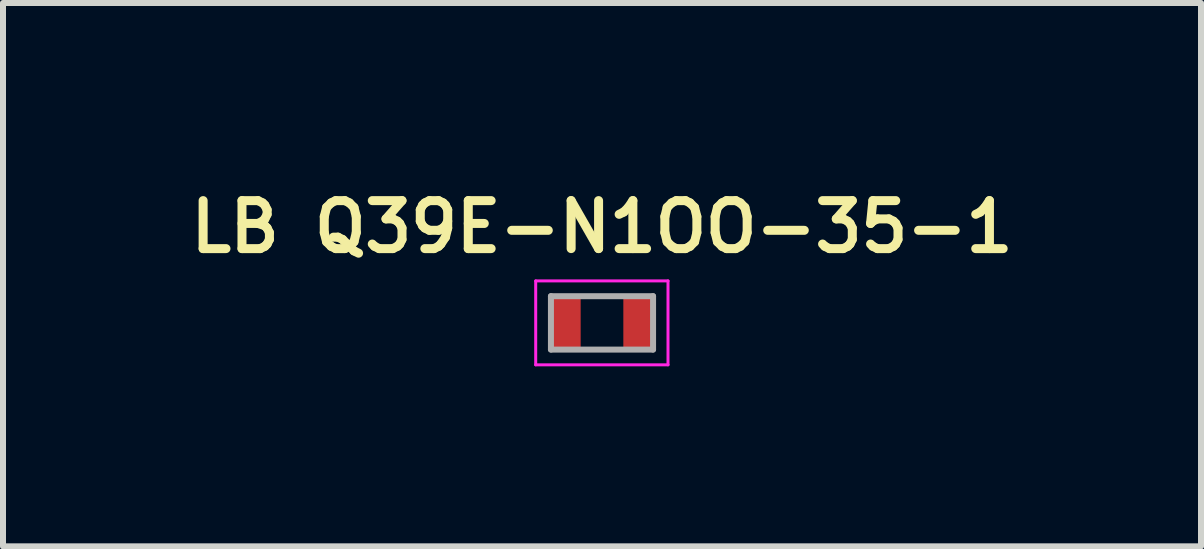
<source format=kicad_pcb>
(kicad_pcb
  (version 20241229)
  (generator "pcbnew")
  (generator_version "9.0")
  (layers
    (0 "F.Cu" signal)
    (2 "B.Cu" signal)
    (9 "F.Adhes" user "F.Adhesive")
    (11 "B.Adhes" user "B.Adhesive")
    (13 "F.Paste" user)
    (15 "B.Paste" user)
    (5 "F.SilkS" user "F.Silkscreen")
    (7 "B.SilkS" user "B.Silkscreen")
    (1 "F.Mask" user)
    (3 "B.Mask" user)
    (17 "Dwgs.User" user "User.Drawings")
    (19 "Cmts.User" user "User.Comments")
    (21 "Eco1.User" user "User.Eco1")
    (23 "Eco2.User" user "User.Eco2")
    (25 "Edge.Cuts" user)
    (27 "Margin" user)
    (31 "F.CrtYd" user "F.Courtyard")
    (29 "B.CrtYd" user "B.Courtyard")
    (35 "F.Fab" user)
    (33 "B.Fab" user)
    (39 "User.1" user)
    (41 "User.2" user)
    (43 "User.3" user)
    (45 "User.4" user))
  (footprint "LB Q39E-N1OO-35-1"
    (layer "F.Cu")
    (at 6.983 2.331)
    (property "Reference" "LB Q39E-N1OO-35-1" (at 0 -1.6 0) (layer "F.SilkS") (effects (font (size 0.8 0.8) (thickness 0.15))))
    (attr through_hole)
    (fp_line (start -1.105 -0.699) (end -1.105 0.699) (stroke (width 0.05) (type solid)) (layer "F.CrtYd"))
    (fp_line (start -1.105 -0.699) (end 1.1 -0.699) (stroke (width 0.05) (type solid)) (layer "F.CrtYd"))
    (fp_line (start 1.1 -0.699) (end 1.1 0.699) (stroke (width 0.05) (type solid)) (layer "F.CrtYd"))
    (fp_line (start 1.1 0.699) (end -1.105 0.699) (stroke (width 0.05) (type solid)) (layer "F.CrtYd"))
    (fp_line (start -0.851 -0.445) (end -0.851 0.445) (stroke (width 0.1) (type solid)) (layer "F.Fab"))
    (fp_line (start -0.851 0.445) (end 0.851 0.445) (stroke (width 0.1) (type solid)) (layer "F.Fab"))
    (fp_line (start 0.851 -0.445) (end -0.851 -0.445) (stroke (width 0.1) (type solid)) (layer "F.Fab"))
    (fp_line (start 0.851 0.445) (end 0.851 -0.445) (stroke (width 0.1) (type solid)) (layer "F.Fab"))
    (pad "1" smd rect (at -0.603 0) (size 0.495 0.813) (layers "F.Cu" "F.Mask" "F.Paste"))
    (pad "2" smd rect (at 0.603 0) (size 0.495 0.813) (layers "F.Cu" "F.Mask" "F.Paste")))
  (gr_rect
    (start -3 -3)
    (end 16.966 6.055)
    (stroke (width 0.1) (type default))
    (fill no)
    (layer "Edge.Cuts")))
</source>
